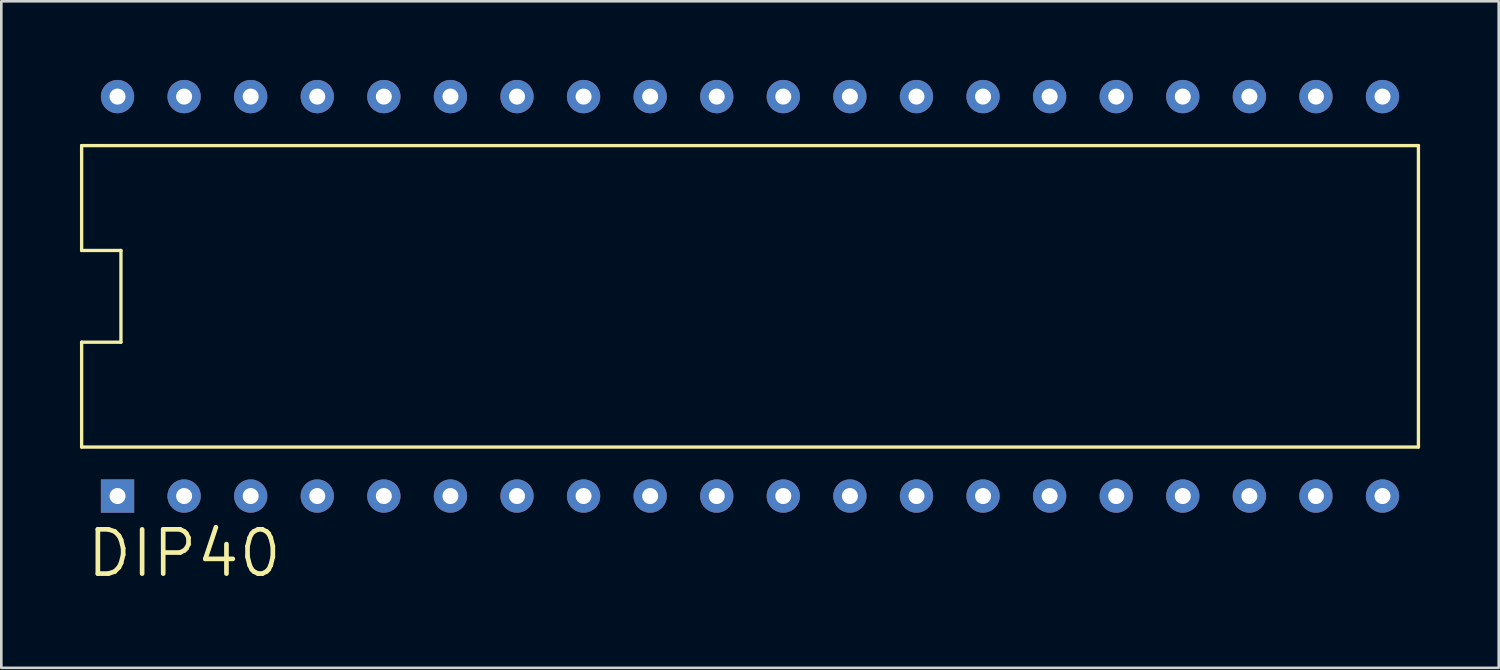
<source format=kicad_pcb>
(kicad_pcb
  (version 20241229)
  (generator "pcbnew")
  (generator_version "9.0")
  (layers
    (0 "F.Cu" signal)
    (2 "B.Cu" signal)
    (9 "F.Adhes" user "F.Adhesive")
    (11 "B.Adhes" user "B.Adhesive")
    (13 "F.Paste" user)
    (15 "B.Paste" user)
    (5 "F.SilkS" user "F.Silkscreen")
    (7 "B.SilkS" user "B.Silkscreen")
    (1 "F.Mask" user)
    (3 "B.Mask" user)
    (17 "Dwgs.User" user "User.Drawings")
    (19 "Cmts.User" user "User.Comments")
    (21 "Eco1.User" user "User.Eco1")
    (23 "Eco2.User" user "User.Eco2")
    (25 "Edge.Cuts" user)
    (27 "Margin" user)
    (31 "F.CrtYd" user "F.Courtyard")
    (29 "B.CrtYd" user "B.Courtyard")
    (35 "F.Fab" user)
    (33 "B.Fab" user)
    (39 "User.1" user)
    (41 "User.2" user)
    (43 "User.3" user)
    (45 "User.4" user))
  (footprint "DIP40"
    (layer "F.Cu")
    (at 25.564 8.255)
    (property "Reference" "DIP40" (at -25.4 10.795 0) (layer "F.SilkS") (effects (font (size 1.689 1.689) (thickness 0.178)) (justify left bottom)))
    (attr through_hole)
    (fp_line (start -25.5 -5.75) (end -25.5 -1.75) (stroke (width 0.127) (type solid)) (layer "F.SilkS"))
    (fp_line (start -25.5 -5.75) (end 25.5 -5.75) (stroke (width 0.127) (type solid)) (layer "F.SilkS"))
    (fp_line (start -25.5 -1.75) (end -24 -1.75) (stroke (width 0.127) (type solid)) (layer "F.SilkS"))
    (fp_line (start -25.5 1.75) (end -25.5 5.75) (stroke (width 0.127) (type solid)) (layer "F.SilkS"))
    (fp_line (start -25.5 1.75) (end -24 1.75) (stroke (width 0.127) (type solid)) (layer "F.SilkS"))
    (fp_line (start -25.5 5.75) (end 25.5 5.75) (stroke (width 0.127) (type solid)) (layer "F.SilkS"))
    (fp_line (start -24 -1.75) (end -24 1.75) (stroke (width 0.127) (type solid)) (layer "F.SilkS"))
    (fp_line (start 25.5 5.75) (end 25.5 -5.75) (stroke (width 0.127) (type solid)) (layer "F.SilkS"))
    (pad "1" thru_hole rect (at -24.13 7.62 90) (size 1.27 1.27) (drill 0.61) (layers "*.Cu" "*.Mask"))
    (pad "2" thru_hole circle (at -21.59 7.62 90) (size 1.27 1.27) (drill 0.61) (layers "*.Cu" "*.Mask"))
    (pad "3" thru_hole circle (at -19.05 7.62 90) (size 1.27 1.27) (drill 0.61) (layers "*.Cu" "*.Mask"))
    (pad "4" thru_hole circle (at -16.51 7.62 90) (size 1.27 1.27) (drill 0.61) (layers "*.Cu" "*.Mask"))
    (pad "5" thru_hole circle (at -13.97 7.62 90) (size 1.27 1.27) (drill 0.61) (layers "*.Cu" "*.Mask"))
    (pad "6" thru_hole circle (at -11.43 7.62 90) (size 1.27 1.27) (drill 0.61) (layers "*.Cu" "*.Mask"))
    (pad "7" thru_hole circle (at -8.89 7.62 90) (size 1.27 1.27) (drill 0.61) (layers "*.Cu" "*.Mask"))
    (pad "8" thru_hole circle (at -6.35 7.62 90) (size 1.27 1.27) (drill 0.61) (layers "*.Cu" "*.Mask"))
    (pad "9" thru_hole circle (at -3.81 7.62 90) (size 1.27 1.27) (drill 0.61) (layers "*.Cu" "*.Mask"))
    (pad "10" thru_hole circle (at -1.27 7.62 90) (size 1.27 1.27) (drill 0.61) (layers "*.Cu" "*.Mask"))
    (pad "11" thru_hole circle (at 1.27 7.62 90) (size 1.27 1.27) (drill 0.61) (layers "*.Cu" "*.Mask"))
    (pad "12" thru_hole circle (at 3.81 7.62 90) (size 1.27 1.27) (drill 0.61) (layers "*.Cu" "*.Mask"))
    (pad "13" thru_hole circle (at 6.35 7.62 90) (size 1.27 1.27) (drill 0.61) (layers "*.Cu" "*.Mask"))
    (pad "14" thru_hole circle (at 8.89 7.62 90) (size 1.27 1.27) (drill 0.61) (layers "*.Cu" "*.Mask"))
    (pad "15" thru_hole circle (at 11.43 7.62 90) (size 1.27 1.27) (drill 0.61) (layers "*.Cu" "*.Mask"))
    (pad "16" thru_hole circle (at 13.97 7.62 90) (size 1.27 1.27) (drill 0.61) (layers "*.Cu" "*.Mask"))
    (pad "17" thru_hole circle (at 16.51 7.62 90) (size 1.27 1.27) (drill 0.61) (layers "*.Cu" "*.Mask"))
    (pad "18" thru_hole circle (at 19.05 7.62 90) (size 1.27 1.27) (drill 0.61) (layers "*.Cu" "*.Mask"))
    (pad "19" thru_hole circle (at 21.59 7.62 90) (size 1.27 1.27) (drill 0.61) (layers "*.Cu" "*.Mask"))
    (pad "20" thru_hole circle (at 24.13 7.62 90) (size 1.27 1.27) (drill 0.61) (layers "*.Cu" "*.Mask"))
    (pad "21" thru_hole circle (at 24.13 -7.62 90) (size 1.27 1.27) (drill 0.61) (layers "*.Cu" "*.Mask"))
    (pad "22" thru_hole circle (at 21.59 -7.62 90) (size 1.27 1.27) (drill 0.61) (layers "*.Cu" "*.Mask"))
    (pad "23" thru_hole circle (at 19.05 -7.62 90) (size 1.27 1.27) (drill 0.61) (layers "*.Cu" "*.Mask"))
    (pad "24" thru_hole circle (at 16.51 -7.62 90) (size 1.27 1.27) (drill 0.61) (layers "*.Cu" "*.Mask"))
    (pad "25" thru_hole circle (at 13.97 -7.62 90) (size 1.27 1.27) (drill 0.61) (layers "*.Cu" "*.Mask"))
    (pad "26" thru_hole circle (at 11.43 -7.62 90) (size 1.27 1.27) (drill 0.61) (layers "*.Cu" "*.Mask"))
    (pad "27" thru_hole circle (at 8.89 -7.62 90) (size 1.27 1.27) (drill 0.61) (layers "*.Cu" "*.Mask"))
    (pad "28" thru_hole circle (at 6.35 -7.62 90) (size 1.27 1.27) (drill 0.61) (layers "*.Cu" "*.Mask"))
    (pad "29" thru_hole circle (at 3.81 -7.62 90) (size 1.27 1.27) (drill 0.61) (layers "*.Cu" "*.Mask"))
    (pad "30" thru_hole circle (at 1.27 -7.62 90) (size 1.27 1.27) (drill 0.61) (layers "*.Cu" "*.Mask"))
    (pad "31" thru_hole circle (at -1.27 -7.62 90) (size 1.27 1.27) (drill 0.61) (layers "*.Cu" "*.Mask"))
    (pad "32" thru_hole circle (at -3.81 -7.62 90) (size 1.27 1.27) (drill 0.61) (layers "*.Cu" "*.Mask"))
    (pad "33" thru_hole circle (at -6.35 -7.62 90) (size 1.27 1.27) (drill 0.61) (layers "*.Cu" "*.Mask"))
    (pad "34" thru_hole circle (at -8.89 -7.62 90) (size 1.27 1.27) (drill 0.61) (layers "*.Cu" "*.Mask"))
    (pad "35" thru_hole circle (at -11.43 -7.62 90) (size 1.27 1.27) (drill 0.61) (layers "*.Cu" "*.Mask"))
    (pad "36" thru_hole circle (at -13.97 -7.62 90) (size 1.27 1.27) (drill 0.61) (layers "*.Cu" "*.Mask"))
    (pad "37" thru_hole circle (at -16.51 -7.62 90) (size 1.27 1.27) (drill 0.61) (layers "*.Cu" "*.Mask"))
    (pad "38" thru_hole circle (at -19.05 -7.62 90) (size 1.27 1.27) (drill 0.61) (layers "*.Cu" "*.Mask"))
    (pad "39" thru_hole circle (at -21.59 -7.62 90) (size 1.27 1.27) (drill 0.61) (layers "*.Cu" "*.Mask"))
    (pad "40" thru_hole circle (at -24.13 -7.62 90) (size 1.27 1.27) (drill 0.61) (layers "*.Cu" "*.Mask")))
  (gr_rect
    (start -3 -3)
    (end 54.127 22.428)
    (stroke (width 0.1) (type default))
    (fill no)
    (layer "Edge.Cuts")))
</source>
